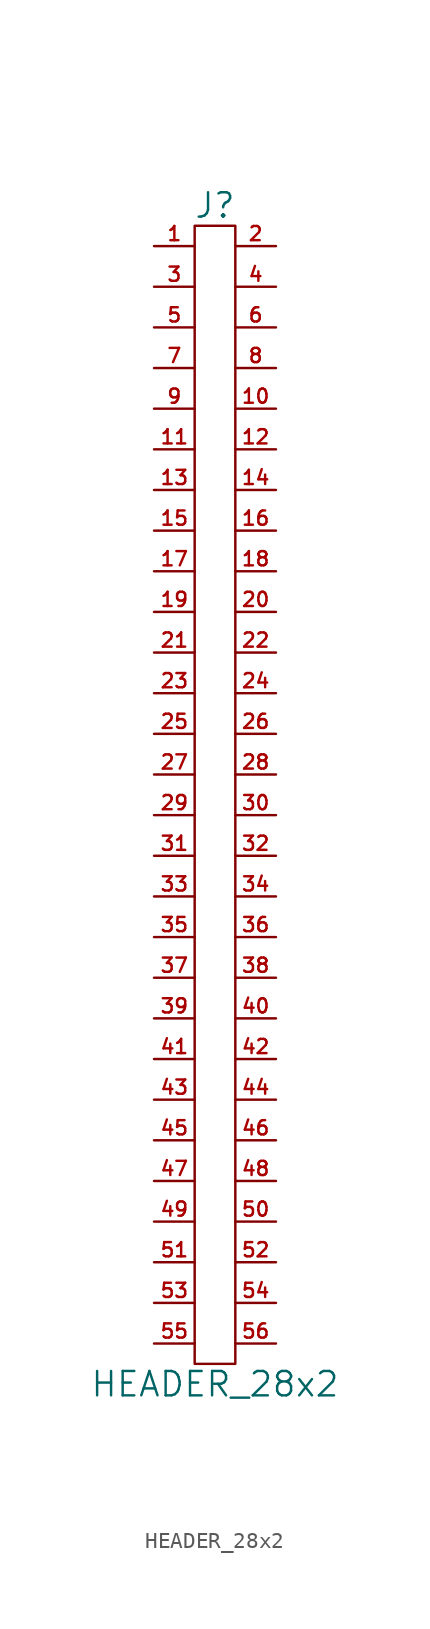
<source format=kicad_sym>
(kicad_symbol_lib
  (version 20201005)
  (generator kicad_symbol_editor)
  (symbol "HEADER_28x2"
    (pin_names
      (offset 0))
    (property "Reference" "J"
      (at 0 36.83 0)
      (effects (font (size 1.524 1.524))))
    (property "Value" "HEADER_28x2"
      (at 0 -36.83 0)
      (effects (font (size 1.524 1.524))))
    (property "Footprint" ""
      (at 0 -2.54 0)
      (effects (font (size 1.524 1.524))))
    (property "Datasheet" ""
      (at 0 -2.54 0)
      (effects (font (size 1.524 1.524))))
    (symbol "HEADER_28x2_0_1"
      (rectangle (start 1.27 -35.56) (end -1.27 35.56) (stroke (width 0)) (fill (type none))))
    (symbol "HEADER_28x2_1_1"
      (pin passive line (at -3.81 34.29 0) (length 2.54) (name "~" (effects (font (size 1.27 1.27)))) (number "1" (effects (font (size 0.889 0.889)))))
      (pin passive line (at 3.81 24.13 180) (length 2.54) (name "~" (effects (font (size 1.27 1.27)))) (number "10" (effects (font (size 0.889 0.889)))))
      (pin passive line (at -3.81 21.59 0) (length 2.54) (name "~" (effects (font (size 1.27 1.27)))) (number "11" (effects (font (size 0.889 0.889)))))
      (pin passive line (at 3.81 21.59 180) (length 2.54) (name "~" (effects (font (size 1.27 1.27)))) (number "12" (effects (font (size 0.889 0.889)))))
      (pin passive line (at -3.81 19.05 0) (length 2.54) (name "~" (effects (font (size 1.27 1.27)))) (number "13" (effects (font (size 0.889 0.889)))))
      (pin passive line (at 3.81 19.05 180) (length 2.54) (name "~" (effects (font (size 1.27 1.27)))) (number "14" (effects (font (size 0.889 0.889)))))
      (pin passive line (at -3.81 16.51 0) (length 2.54) (name "~" (effects (font (size 1.27 1.27)))) (number "15" (effects (font (size 0.889 0.889)))))
      (pin passive line (at 3.81 16.51 180) (length 2.54) (name "~" (effects (font (size 1.27 1.27)))) (number "16" (effects (font (size 0.889 0.889)))))
      (pin passive line (at -3.81 13.97 0) (length 2.54) (name "~" (effects (font (size 1.27 1.27)))) (number "17" (effects (font (size 0.889 0.889)))))
      (pin passive line (at 3.81 13.97 180) (length 2.54) (name "~" (effects (font (size 1.27 1.27)))) (number "18" (effects (font (size 0.889 0.889)))))
      (pin passive line (at -3.81 11.43 0) (length 2.54) (name "~" (effects (font (size 1.27 1.27)))) (number "19" (effects (font (size 0.889 0.889)))))
      (pin passive line (at 3.81 34.29 180) (length 2.54) (name "~" (effects (font (size 1.27 1.27)))) (number "2" (effects (font (size 0.889 0.889)))))
      (pin passive line (at 3.81 11.43 180) (length 2.54) (name "~" (effects (font (size 1.27 1.27)))) (number "20" (effects (font (size 0.889 0.889)))))
      (pin passive line (at -3.81 8.89 0) (length 2.54) (name "~" (effects (font (size 1.27 1.27)))) (number "21" (effects (font (size 0.889 0.889)))))
      (pin passive line (at 3.81 8.89 180) (length 2.54) (name "~" (effects (font (size 1.27 1.27)))) (number "22" (effects (font (size 0.889 0.889)))))
      (pin passive line (at -3.81 6.35 0) (length 2.54) (name "~" (effects (font (size 1.27 1.27)))) (number "23" (effects (font (size 0.889 0.889)))))
      (pin passive line (at 3.81 6.35 180) (length 2.54) (name "~" (effects (font (size 1.27 1.27)))) (number "24" (effects (font (size 0.889 0.889)))))
      (pin passive line (at -3.81 3.81 0) (length 2.54) (name "~" (effects (font (size 1.27 1.27)))) (number "25" (effects (font (size 0.889 0.889)))))
      (pin passive line (at 3.81 3.81 180) (length 2.54) (name "~" (effects (font (size 1.27 1.27)))) (number "26" (effects (font (size 0.889 0.889)))))
      (pin passive line (at -3.81 1.27 0) (length 2.54) (name "~" (effects (font (size 1.27 1.27)))) (number "27" (effects (font (size 0.889 0.889)))))
      (pin passive line (at 3.81 1.27 180) (length 2.54) (name "~" (effects (font (size 1.27 1.27)))) (number "28" (effects (font (size 0.889 0.889)))))
      (pin passive line (at -3.81 -1.27 0) (length 2.54) (name "~" (effects (font (size 1.27 1.27)))) (number "29" (effects (font (size 0.889 0.889)))))
      (pin passive line (at -3.81 31.75 0) (length 2.54) (name "~" (effects (font (size 1.27 1.27)))) (number "3" (effects (font (size 0.889 0.889)))))
      (pin passive line (at 3.81 -1.27 180) (length 2.54) (name "~" (effects (font (size 1.27 1.27)))) (number "30" (effects (font (size 0.889 0.889)))))
      (pin passive line (at -3.81 -3.81 0) (length 2.54) (name "~" (effects (font (size 1.27 1.27)))) (number "31" (effects (font (size 0.889 0.889)))))
      (pin passive line (at 3.81 -3.81 180) (length 2.54) (name "~" (effects (font (size 1.27 1.27)))) (number "32" (effects (font (size 0.889 0.889)))))
      (pin passive line (at -3.81 -6.35 0) (length 2.54) (name "~" (effects (font (size 1.27 1.27)))) (number "33" (effects (font (size 0.889 0.889)))))
      (pin passive line (at 3.81 -6.35 180) (length 2.54) (name "~" (effects (font (size 1.27 1.27)))) (number "34" (effects (font (size 0.889 0.889)))))
      (pin passive line (at -3.81 -8.89 0) (length 2.54) (name "~" (effects (font (size 1.27 1.27)))) (number "35" (effects (font (size 0.889 0.889)))))
      (pin passive line (at 3.81 -8.89 180) (length 2.54) (name "~" (effects (font (size 1.27 1.27)))) (number "36" (effects (font (size 0.889 0.889)))))
      (pin passive line (at -3.81 -11.43 0) (length 2.54) (name "~" (effects (font (size 0.889 0.889)))) (number "37" (effects (font (size 0.889 0.889)))))
      (pin passive line (at 3.81 -11.43 180) (length 2.54) (name "~" (effects (font (size 1.27 1.27)))) (number "38" (effects (font (size 0.889 0.889)))))
      (pin passive line (at -3.81 -13.97 0) (length 2.54) (name "~" (effects (font (size 1.27 1.27)))) (number "39" (effects (font (size 0.889 0.889)))))
      (pin passive line (at 3.81 31.75 180) (length 2.54) (name "~" (effects (font (size 1.27 1.27)))) (number "4" (effects (font (size 0.889 0.889)))))
      (pin passive line (at 3.81 -13.97 180) (length 2.54) (name "~" (effects (font (size 1.27 1.27)))) (number "40" (effects (font (size 0.889 0.889)))))
      (pin passive line (at -3.81 -16.51 0) (length 2.54) (name "~" (effects (font (size 1.27 1.27)))) (number "41" (effects (font (size 0.889 0.889)))))
      (pin passive line (at 3.81 -16.51 180) (length 2.54) (name "~" (effects (font (size 1.27 1.27)))) (number "42" (effects (font (size 0.889 0.889)))))
      (pin passive line (at -3.81 -19.05 0) (length 2.54) (name "~" (effects (font (size 1.27 1.27)))) (number "43" (effects (font (size 0.889 0.889)))))
      (pin passive line (at 3.81 -19.05 180) (length 2.54) (name "~" (effects (font (size 1.27 1.27)))) (number "44" (effects (font (size 0.889 0.889)))))
      (pin passive line (at -3.81 -21.59 0) (length 2.54) (name "~" (effects (font (size 1.27 1.27)))) (number "45" (effects (font (size 0.889 0.889)))))
      (pin passive line (at 3.81 -21.59 180) (length 2.54) (name "~" (effects (font (size 1.27 1.27)))) (number "46" (effects (font (size 0.889 0.889)))))
      (pin passive line (at -3.81 -24.13 0) (length 2.54) (name "~" (effects (font (size 1.27 1.27)))) (number "47" (effects (font (size 0.889 0.889)))))
      (pin passive line (at 3.81 -24.13 180) (length 2.54) (name "~" (effects (font (size 1.27 1.27)))) (number "48" (effects (font (size 0.889 0.889)))))
      (pin passive line (at -3.81 -26.67 0) (length 2.54) (name "~" (effects (font (size 1.27 1.27)))) (number "49" (effects (font (size 0.889 0.889)))))
      (pin passive line (at -3.81 29.21 0) (length 2.54) (name "~" (effects (font (size 1.27 1.27)))) (number "5" (effects (font (size 0.889 0.889)))))
      (pin passive line (at 3.81 -26.67 180) (length 2.54) (name "~" (effects (font (size 1.27 1.27)))) (number "50" (effects (font (size 0.889 0.889)))))
      (pin passive line (at -3.81 -29.21 0) (length 2.54) (name "~" (effects (font (size 1.27 1.27)))) (number "51" (effects (font (size 0.889 0.889)))))
      (pin passive line (at 3.81 -29.21 180) (length 2.54) (name "~" (effects (font (size 1.27 1.27)))) (number "52" (effects (font (size 0.889 0.889)))))
      (pin passive line (at -3.81 -31.75 0) (length 2.54) (name "~" (effects (font (size 1.27 1.27)))) (number "53" (effects (font (size 0.889 0.889)))))
      (pin passive line (at 3.81 -31.75 180) (length 2.54) (name "~" (effects (font (size 1.27 1.27)))) (number "54" (effects (font (size 0.889 0.889)))))
      (pin passive line (at -3.81 -34.29 0) (length 2.54) (name "~" (effects (font (size 1.27 1.27)))) (number "55" (effects (font (size 0.889 0.889)))))
      (pin passive line (at 3.81 -34.29 180) (length 2.54) (name "~" (effects (font (size 1.27 1.27)))) (number "56" (effects (font (size 0.889 0.889)))))
      (pin passive line (at 3.81 29.21 180) (length 2.54) (name "~" (effects (font (size 1.27 1.27)))) (number "6" (effects (font (size 0.889 0.889)))))
      (pin passive line (at -3.81 26.67 0) (length 2.54) (name "~" (effects (font (size 1.27 1.27)))) (number "7" (effects (font (size 0.889 0.889)))))
      (pin passive line (at 3.81 26.67 180) (length 2.54) (name "~" (effects (font (size 1.27 1.27)))) (number "8" (effects (font (size 0.889 0.889)))))
      (pin passive line (at -3.81 24.13 0) (length 2.54) (name "~" (effects (font (size 1.27 1.27)))) (number "9" (effects (font (size 0.889 0.889))))))))
</source>
